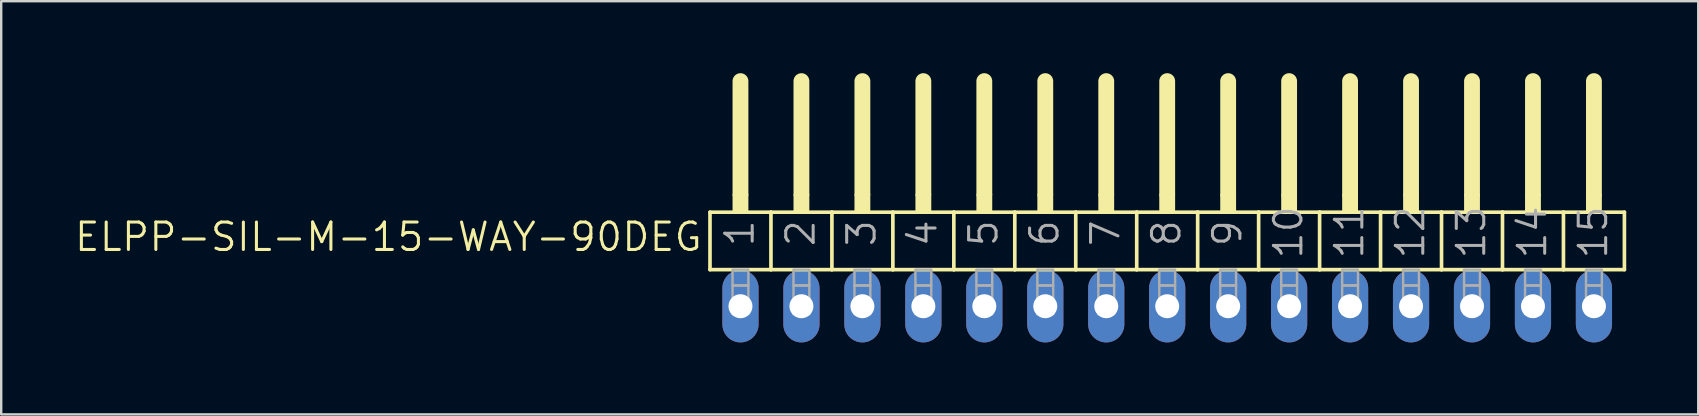
<source format=kicad_pcb>
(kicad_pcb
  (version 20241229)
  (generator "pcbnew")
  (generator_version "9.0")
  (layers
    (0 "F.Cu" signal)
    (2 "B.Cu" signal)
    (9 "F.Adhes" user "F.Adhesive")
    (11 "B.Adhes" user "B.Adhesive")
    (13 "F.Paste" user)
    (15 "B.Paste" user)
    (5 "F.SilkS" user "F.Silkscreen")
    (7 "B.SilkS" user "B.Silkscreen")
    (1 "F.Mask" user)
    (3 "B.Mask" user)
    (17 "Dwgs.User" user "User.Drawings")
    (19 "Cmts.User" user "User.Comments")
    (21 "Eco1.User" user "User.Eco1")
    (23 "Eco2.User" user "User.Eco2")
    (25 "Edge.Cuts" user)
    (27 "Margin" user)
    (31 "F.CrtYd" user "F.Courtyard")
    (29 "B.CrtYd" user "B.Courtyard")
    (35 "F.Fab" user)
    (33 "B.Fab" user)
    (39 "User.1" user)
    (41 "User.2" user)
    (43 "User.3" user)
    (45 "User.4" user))
  (footprint "ELPP-SIL-M-15-WAY-90DEG"
    (layer "F.Cu")
    (at 45.582 9.709)
    (property "Reference" "ELPP-SIL-M-15-WAY-90DEG" (at -19.304 -3.556 0) (unlocked yes) (layer "F.SilkS") (effects (font (size 1.143 1.143) (thickness 0.127)) (justify right top)))
    (fp_line (start -19.05 -3.918) (end -16.51 -3.918) (stroke (width 0.152) (type solid)) (layer "F.SilkS"))
    (fp_line (start -19.05 -1.524) (end -19.05 -3.918) (stroke (width 0.152) (type solid)) (layer "F.SilkS"))
    (fp_line (start -17.78 -4.68) (end -17.78 -9.379) (stroke (width 0.66) (type solid)) (layer "F.SilkS"))
    (fp_line (start -16.51 -3.918) (end -13.97 -3.918) (stroke (width 0.152) (type solid)) (layer "F.SilkS"))
    (fp_line (start -16.51 -1.524) (end -19.05 -1.524) (stroke (width 0.152) (type solid)) (layer "F.SilkS"))
    (fp_line (start -16.51 -1.524) (end -16.51 -3.918) (stroke (width 0.152) (type solid)) (layer "F.SilkS"))
    (fp_line (start -16.51 -1.524) (end -13.97 -1.524) (stroke (width 0.152) (type solid)) (layer "F.SilkS"))
    (fp_line (start -15.24 -4.68) (end -15.24 -9.379) (stroke (width 0.66) (type solid)) (layer "F.SilkS"))
    (fp_line (start -13.97 -3.918) (end -11.43 -3.918) (stroke (width 0.152) (type solid)) (layer "F.SilkS"))
    (fp_line (start -13.97 -1.524) (end -13.97 -3.918) (stroke (width 0.152) (type solid)) (layer "F.SilkS"))
    (fp_line (start -12.7 -4.68) (end -12.7 -9.379) (stroke (width 0.66) (type solid)) (layer "F.SilkS"))
    (fp_line (start -11.43 -3.918) (end -8.89 -3.918) (stroke (width 0.152) (type solid)) (layer "F.SilkS"))
    (fp_line (start -11.43 -1.524) (end -13.97 -1.524) (stroke (width 0.152) (type solid)) (layer "F.SilkS"))
    (fp_line (start -11.43 -1.524) (end -11.43 -3.918) (stroke (width 0.152) (type solid)) (layer "F.SilkS"))
    (fp_line (start -10.16 -4.68) (end -10.16 -9.379) (stroke (width 0.66) (type solid)) (layer "F.SilkS"))
    (fp_line (start -8.89 -3.918) (end -6.35 -3.918) (stroke (width 0.152) (type solid)) (layer "F.SilkS"))
    (fp_line (start -8.89 -1.524) (end -11.43 -1.524) (stroke (width 0.152) (type solid)) (layer "F.SilkS"))
    (fp_line (start -8.89 -1.524) (end -8.89 -3.918) (stroke (width 0.152) (type solid)) (layer "F.SilkS"))
    (fp_line (start -7.62 -4.68) (end -7.62 -9.379) (stroke (width 0.66) (type solid)) (layer "F.SilkS"))
    (fp_line (start -6.35 -3.918) (end -3.81 -3.918) (stroke (width 0.152) (type solid)) (layer "F.SilkS"))
    (fp_line (start -6.35 -1.524) (end -8.89 -1.524) (stroke (width 0.152) (type solid)) (layer "F.SilkS"))
    (fp_line (start -6.35 -1.524) (end -6.35 -3.918) (stroke (width 0.152) (type solid)) (layer "F.SilkS"))
    (fp_line (start -5.08 -4.68) (end -5.08 -9.379) (stroke (width 0.66) (type solid)) (layer "F.SilkS"))
    (fp_line (start -3.81 -3.918) (end -1.27 -3.918) (stroke (width 0.152) (type solid)) (layer "F.SilkS"))
    (fp_line (start -3.81 -1.524) (end -6.35 -1.524) (stroke (width 0.152) (type solid)) (layer "F.SilkS"))
    (fp_line (start -3.81 -1.524) (end -3.81 -3.918) (stroke (width 0.152) (type solid)) (layer "F.SilkS"))
    (fp_line (start -3.81 -1.524) (end -1.27 -1.524) (stroke (width 0.152) (type solid)) (layer "F.SilkS"))
    (fp_line (start -2.54 -4.68) (end -2.54 -9.379) (stroke (width 0.66) (type solid)) (layer "F.SilkS"))
    (fp_line (start -1.27 -3.918) (end 1.27 -3.918) (stroke (width 0.152) (type solid)) (layer "F.SilkS"))
    (fp_line (start -1.27 -1.524) (end -1.27 -3.918) (stroke (width 0.152) (type solid)) (layer "F.SilkS"))
    (fp_line (start 0 -4.68) (end 0 -9.379) (stroke (width 0.66) (type solid)) (layer "F.SilkS"))
    (fp_line (start 1.27 -3.918) (end 3.81 -3.918) (stroke (width 0.152) (type solid)) (layer "F.SilkS"))
    (fp_line (start 1.27 -1.524) (end -1.27 -1.524) (stroke (width 0.152) (type solid)) (layer "F.SilkS"))
    (fp_line (start 1.27 -1.524) (end 1.27 -3.918) (stroke (width 0.152) (type solid)) (layer "F.SilkS"))
    (fp_line (start 2.54 -4.68) (end 2.54 -9.379) (stroke (width 0.66) (type solid)) (layer "F.SilkS"))
    (fp_line (start 3.81 -3.918) (end 6.35 -3.918) (stroke (width 0.152) (type solid)) (layer "F.SilkS"))
    (fp_line (start 3.81 -1.524) (end 1.27 -1.524) (stroke (width 0.152) (type solid)) (layer "F.SilkS"))
    (fp_line (start 3.81 -1.524) (end 3.81 -3.918) (stroke (width 0.152) (type solid)) (layer "F.SilkS"))
    (fp_line (start 5.08 -4.68) (end 5.08 -9.379) (stroke (width 0.66) (type solid)) (layer "F.SilkS"))
    (fp_line (start 6.35 -3.918) (end 8.89 -3.918) (stroke (width 0.152) (type solid)) (layer "F.SilkS"))
    (fp_line (start 6.35 -1.524) (end 3.81 -1.524) (stroke (width 0.152) (type solid)) (layer "F.SilkS"))
    (fp_line (start 6.35 -1.524) (end 6.35 -3.918) (stroke (width 0.152) (type solid)) (layer "F.SilkS"))
    (fp_line (start 7.62 -4.68) (end 7.62 -9.379) (stroke (width 0.66) (type solid)) (layer "F.SilkS"))
    (fp_line (start 8.89 -3.918) (end 11.43 -3.918) (stroke (width 0.152) (type solid)) (layer "F.SilkS"))
    (fp_line (start 8.89 -1.524) (end 6.35 -1.524) (stroke (width 0.152) (type solid)) (layer "F.SilkS"))
    (fp_line (start 8.89 -1.524) (end 8.89 -3.918) (stroke (width 0.152) (type solid)) (layer "F.SilkS"))
    (fp_line (start 8.89 -1.524) (end 11.43 -1.524) (stroke (width 0.152) (type solid)) (layer "F.SilkS"))
    (fp_line (start 10.16 -4.68) (end 10.16 -9.379) (stroke (width 0.66) (type solid)) (layer "F.SilkS"))
    (fp_line (start 11.43 -3.918) (end 13.97 -3.918) (stroke (width 0.152) (type solid)) (layer "F.SilkS"))
    (fp_line (start 11.43 -1.524) (end 11.43 -3.918) (stroke (width 0.152) (type solid)) (layer "F.SilkS"))
    (fp_line (start 11.43 -1.524) (end 13.97 -1.524) (stroke (width 0.152) (type solid)) (layer "F.SilkS"))
    (fp_line (start 12.7 -4.68) (end 12.7 -9.379) (stroke (width 0.66) (type solid)) (layer "F.SilkS"))
    (fp_line (start 13.97 -3.918) (end 16.51 -3.918) (stroke (width 0.152) (type solid)) (layer "F.SilkS"))
    (fp_line (start 13.97 -1.524) (end 13.97 -3.918) (stroke (width 0.152) (type solid)) (layer "F.SilkS"))
    (fp_line (start 13.97 -1.524) (end 16.51 -1.524) (stroke (width 0.152) (type solid)) (layer "F.SilkS"))
    (fp_line (start 15.24 -4.68) (end 15.24 -9.379) (stroke (width 0.66) (type solid)) (layer "F.SilkS"))
    (fp_line (start 16.51 -3.918) (end 19.05 -3.918) (stroke (width 0.152) (type solid)) (layer "F.SilkS"))
    (fp_line (start 16.51 -1.524) (end 16.51 -3.918) (stroke (width 0.152) (type solid)) (layer "F.SilkS"))
    (fp_line (start 16.51 -1.524) (end 19.05 -1.524) (stroke (width 0.152) (type solid)) (layer "F.SilkS"))
    (fp_line (start 17.78 -4.68) (end 17.78 -9.379) (stroke (width 0.66) (type solid)) (layer "F.SilkS"))
    (fp_line (start 19.05 -1.524) (end 19.05 -3.918) (stroke (width 0.152) (type solid)) (layer "F.SilkS"))
    (fp_poly (pts (xy -18.11 -3.918) (xy -17.45 -3.918) (xy -17.45 -4.68) (xy -18.11 -4.68)) (stroke (width 0) (type default)) (fill yes) (layer "F.SilkS"))
    (fp_poly (pts (xy -15.57 -3.918) (xy -14.91 -3.918) (xy -14.91 -4.68) (xy -15.57 -4.68)) (stroke (width 0) (type default)) (fill yes) (layer "F.SilkS"))
    (fp_poly (pts (xy -13.03 -3.918) (xy -12.37 -3.918) (xy -12.37 -4.68) (xy -13.03 -4.68)) (stroke (width 0) (type default)) (fill yes) (layer "F.SilkS"))
    (fp_poly (pts (xy -10.49 -3.918) (xy -9.83 -3.918) (xy -9.83 -4.68) (xy -10.49 -4.68)) (stroke (width 0) (type default)) (fill yes) (layer "F.SilkS"))
    (fp_poly (pts (xy -7.95 -3.918) (xy -7.29 -3.918) (xy -7.29 -4.68) (xy -7.95 -4.68)) (stroke (width 0) (type default)) (fill yes) (layer "F.SilkS"))
    (fp_poly (pts (xy -5.41 -3.918) (xy -4.75 -3.918) (xy -4.75 -4.68) (xy -5.41 -4.68)) (stroke (width 0) (type default)) (fill yes) (layer "F.SilkS"))
    (fp_poly (pts (xy -2.87 -3.918) (xy -2.21 -3.918) (xy -2.21 -4.68) (xy -2.87 -4.68)) (stroke (width 0) (type default)) (fill yes) (layer "F.SilkS"))
    (fp_poly (pts (xy -0.33 -3.918) (xy 0.33 -3.918) (xy 0.33 -4.68) (xy -0.33 -4.68)) (stroke (width 0) (type default)) (fill yes) (layer "F.SilkS"))
    (fp_poly (pts (xy 2.21 -3.918) (xy 2.87 -3.918) (xy 2.87 -4.68) (xy 2.21 -4.68)) (stroke (width 0) (type default)) (fill yes) (layer "F.SilkS"))
    (fp_poly (pts (xy 4.75 -3.918) (xy 5.41 -3.918) (xy 5.41 -4.68) (xy 4.75 -4.68)) (stroke (width 0) (type default)) (fill yes) (layer "F.SilkS"))
    (fp_poly (pts (xy 7.29 -3.918) (xy 7.95 -3.918) (xy 7.95 -4.68) (xy 7.29 -4.68)) (stroke (width 0) (type default)) (fill yes) (layer "F.SilkS"))
    (fp_poly (pts (xy 9.83 -3.918) (xy 10.49 -3.918) (xy 10.49 -4.68) (xy 9.83 -4.68)) (stroke (width 0) (type default)) (fill yes) (layer "F.SilkS"))
    (fp_poly (pts (xy 12.37 -3.918) (xy 13.03 -3.918) (xy 13.03 -4.68) (xy 12.37 -4.68)) (stroke (width 0) (type default)) (fill yes) (layer "F.SilkS"))
    (fp_poly (pts (xy 14.91 -3.918) (xy 15.57 -3.918) (xy 15.57 -4.68) (xy 14.91 -4.68)) (stroke (width 0) (type default)) (fill yes) (layer "F.SilkS"))
    (fp_poly (pts (xy 17.45 -3.918) (xy 18.11 -3.918) (xy 18.11 -4.68) (xy 17.45 -4.68)) (stroke (width 0) (type default)) (fill yes) (layer "F.SilkS"))
    (fp_poly (pts (xy -18.11 -0.864) (xy -17.45 -0.864) (xy -17.45 -1.524) (xy -18.11 -1.524)) (stroke (width 0.1) (type default)) (fill no) (layer "F.Fab"))
    (fp_poly (pts (xy -18.11 0.33) (xy -17.45 0.33) (xy -17.45 -0.864) (xy -18.11 -0.864)) (stroke (width 0.1) (type default)) (fill no) (layer "F.Fab"))
    (fp_poly (pts (xy -15.57 -0.864) (xy -14.91 -0.864) (xy -14.91 -1.524) (xy -15.57 -1.524)) (stroke (width 0.1) (type default)) (fill no) (layer "F.Fab"))
    (fp_poly (pts (xy -15.57 0.33) (xy -14.91 0.33) (xy -14.91 -0.864) (xy -15.57 -0.864)) (stroke (width 0.1) (type default)) (fill no) (layer "F.Fab"))
    (fp_poly (pts (xy -13.03 -0.864) (xy -12.37 -0.864) (xy -12.37 -1.524) (xy -13.03 -1.524)) (stroke (width 0.1) (type default)) (fill no) (layer "F.Fab"))
    (fp_poly (pts (xy -13.03 0.33) (xy -12.37 0.33) (xy -12.37 -0.864) (xy -13.03 -0.864)) (stroke (width 0.1) (type default)) (fill no) (layer "F.Fab"))
    (fp_poly (pts (xy -10.49 -0.864) (xy -9.83 -0.864) (xy -9.83 -1.524) (xy -10.49 -1.524)) (stroke (width 0.1) (type default)) (fill no) (layer "F.Fab"))
    (fp_poly (pts (xy -10.49 0.33) (xy -9.83 0.33) (xy -9.83 -0.864) (xy -10.49 -0.864)) (stroke (width 0.1) (type default)) (fill no) (layer "F.Fab"))
    (fp_poly (pts (xy -7.95 -0.864) (xy -7.29 -0.864) (xy -7.29 -1.524) (xy -7.95 -1.524)) (stroke (width 0.1) (type default)) (fill no) (layer "F.Fab"))
    (fp_poly (pts (xy -7.95 0.33) (xy -7.29 0.33) (xy -7.29 -0.864) (xy -7.95 -0.864)) (stroke (width 0.1) (type default)) (fill no) (layer "F.Fab"))
    (fp_poly (pts (xy -5.41 -0.864) (xy -4.75 -0.864) (xy -4.75 -1.524) (xy -5.41 -1.524)) (stroke (width 0.1) (type default)) (fill no) (layer "F.Fab"))
    (fp_poly (pts (xy -5.41 0.33) (xy -4.75 0.33) (xy -4.75 -0.864) (xy -5.41 -0.864)) (stroke (width 0.1) (type default)) (fill no) (layer "F.Fab"))
    (fp_poly (pts (xy -2.87 -0.864) (xy -2.21 -0.864) (xy -2.21 -1.524) (xy -2.87 -1.524)) (stroke (width 0.1) (type default)) (fill no) (layer "F.Fab"))
    (fp_poly (pts (xy -2.87 0.33) (xy -2.21 0.33) (xy -2.21 -0.864) (xy -2.87 -0.864)) (stroke (width 0.1) (type default)) (fill no) (layer "F.Fab"))
    (fp_poly (pts (xy -0.33 -0.864) (xy 0.33 -0.864) (xy 0.33 -1.524) (xy -0.33 -1.524)) (stroke (width 0.1) (type default)) (fill no) (layer "F.Fab"))
    (fp_poly (pts (xy -0.33 0.33) (xy 0.33 0.33) (xy 0.33 -0.864) (xy -0.33 -0.864)) (stroke (width 0.1) (type default)) (fill no) (layer "F.Fab"))
    (fp_poly (pts (xy 2.21 -0.864) (xy 2.87 -0.864) (xy 2.87 -1.524) (xy 2.21 -1.524)) (stroke (width 0.1) (type default)) (fill no) (layer "F.Fab"))
    (fp_poly (pts (xy 2.21 0.33) (xy 2.87 0.33) (xy 2.87 -0.864) (xy 2.21 -0.864)) (stroke (width 0.1) (type default)) (fill no) (layer "F.Fab"))
    (fp_poly (pts (xy 4.75 -0.864) (xy 5.41 -0.864) (xy 5.41 -1.524) (xy 4.75 -1.524)) (stroke (width 0.1) (type default)) (fill no) (layer "F.Fab"))
    (fp_poly (pts (xy 4.75 0.33) (xy 5.41 0.33) (xy 5.41 -0.864) (xy 4.75 -0.864)) (stroke (width 0.1) (type default)) (fill no) (layer "F.Fab"))
    (fp_poly (pts (xy 7.29 -0.864) (xy 7.95 -0.864) (xy 7.95 -1.524) (xy 7.29 -1.524)) (stroke (width 0.1) (type default)) (fill no) (layer "F.Fab"))
    (fp_poly (pts (xy 7.29 0.33) (xy 7.95 0.33) (xy 7.95 -0.864) (xy 7.29 -0.864)) (stroke (width 0.1) (type default)) (fill no) (layer "F.Fab"))
    (fp_poly (pts (xy 9.83 -0.864) (xy 10.49 -0.864) (xy 10.49 -1.524) (xy 9.83 -1.524)) (stroke (width 0.1) (type default)) (fill no) (layer "F.Fab"))
    (fp_poly (pts (xy 9.83 0.33) (xy 10.49 0.33) (xy 10.49 -0.864) (xy 9.83 -0.864)) (stroke (width 0.1) (type default)) (fill no) (layer "F.Fab"))
    (fp_poly (pts (xy 12.37 -0.864) (xy 13.03 -0.864) (xy 13.03 -1.524) (xy 12.37 -1.524)) (stroke (width 0.1) (type default)) (fill no) (layer "F.Fab"))
    (fp_poly (pts (xy 12.37 0.33) (xy 13.03 0.33) (xy 13.03 -0.864) (xy 12.37 -0.864)) (stroke (width 0.1) (type default)) (fill no) (layer "F.Fab"))
    (fp_poly (pts (xy 14.91 -0.864) (xy 15.57 -0.864) (xy 15.57 -1.524) (xy 14.91 -1.524)) (stroke (width 0.1) (type default)) (fill no) (layer "F.Fab"))
    (fp_poly (pts (xy 14.91 0.33) (xy 15.57 0.33) (xy 15.57 -0.864) (xy 14.91 -0.864)) (stroke (width 0.1) (type default)) (fill no) (layer "F.Fab"))
    (fp_poly (pts (xy 17.45 -0.864) (xy 18.11 -0.864) (xy 18.11 -1.524) (xy 17.45 -1.524)) (stroke (width 0.1) (type default)) (fill no) (layer "F.Fab"))
    (fp_poly (pts (xy 17.45 0.33) (xy 18.11 0.33) (xy 18.11 -0.864) (xy 17.45 -0.864)) (stroke (width 0.1) (type default)) (fill no) (layer "F.Fab"))
    (fp_text user "2" (at -14.605 -2.413 90) (layer "F.Fab") (effects (font (size 1.143 1.143) (thickness 0.127)) (justify left bottom)))
    (fp_text user "7" (at -1.905 -2.413 90) (layer "F.Fab") (effects (font (size 1.143 1.143) (thickness 0.127)) (justify left bottom)))
    (fp_text user "8" (at 0.635 -2.413 90) (layer "F.Fab") (effects (font (size 1.143 1.143) (thickness 0.127)) (justify left bottom)))
    (fp_text user "12" (at 10.795 -1.905 90) (layer "F.Fab") (effects (font (size 1.143 1.143) (thickness 0.127)) (justify left bottom)))
    (fp_text user "9" (at 3.175 -2.413 90) (layer "F.Fab") (effects (font (size 1.143 1.143) (thickness 0.127)) (justify left bottom)))
    (fp_text user "14" (at 15.875 -1.905 90) (layer "F.Fab") (effects (font (size 1.143 1.143) (thickness 0.127)) (justify left bottom)))
    (fp_text user "6" (at -4.445 -2.413 90) (layer "F.Fab") (effects (font (size 1.143 1.143) (thickness 0.127)) (justify left bottom)))
    (fp_text user "10" (at 5.715 -1.905 90) (layer "F.Fab") (effects (font (size 1.143 1.143) (thickness 0.127)) (justify left bottom)))
    (fp_text user "13" (at 13.335 -1.905 90) (layer "F.Fab") (effects (font (size 1.143 1.143) (thickness 0.127)) (justify left bottom)))
    (fp_text user "11" (at 8.255 -1.905 90) (layer "F.Fab") (effects (font (size 1.143 1.143) (thickness 0.127)) (justify left bottom)))
    (fp_text user "5" (at -6.985 -2.413 90) (layer "F.Fab") (effects (font (size 1.143 1.143) (thickness 0.127)) (justify left bottom)))
    (fp_text user "4" (at -9.525 -2.413 90) (layer "F.Fab") (effects (font (size 1.143 1.143) (thickness 0.127)) (justify left bottom)))
    (fp_text user "3" (at -12.065 -2.413 90) (layer "F.Fab") (effects (font (size 1.143 1.143) (thickness 0.127)) (justify left bottom)))
    (fp_text user "15" (at 18.415 -1.905 90) (layer "F.Fab") (effects (font (size 1.143 1.143) (thickness 0.127)) (justify left bottom)))
    (fp_text user "1" (at -17.145 -2.413 90) (layer "F.Fab") (effects (font (size 1.143 1.143) (thickness 0.127)) (justify left bottom)))
    (pad "1" thru_hole oval (at -17.78 0 90) (size 3.016 1.508) (drill 1) (layers "*.Cu" "*.Mask"))
    (pad "2" thru_hole oval (at -15.24 0 90) (size 3.016 1.508) (drill 1) (layers "*.Cu" "*.Mask"))
    (pad "3" thru_hole oval (at -12.7 0 90) (size 3.016 1.508) (drill 1) (layers "*.Cu" "*.Mask"))
    (pad "4" thru_hole oval (at -10.16 0 90) (size 3.016 1.508) (drill 1) (layers "*.Cu" "*.Mask"))
    (pad "5" thru_hole oval (at -7.62 0 90) (size 3.016 1.508) (drill 1) (layers "*.Cu" "*.Mask"))
    (pad "6" thru_hole oval (at -5.08 0 90) (size 3.016 1.508) (drill 1) (layers "*.Cu" "*.Mask"))
    (pad "7" thru_hole oval (at -2.54 0 90) (size 3.016 1.508) (drill 1) (layers "*.Cu" "*.Mask"))
    (pad "8" thru_hole oval (at 0 0 90) (size 3.016 1.508) (drill 1) (layers "*.Cu" "*.Mask"))
    (pad "9" thru_hole oval (at 2.54 0 90) (size 3.016 1.508) (drill 1) (layers "*.Cu" "*.Mask"))
    (pad "10" thru_hole oval (at 5.08 0 90) (size 3.016 1.508) (drill 1) (layers "*.Cu" "*.Mask"))
    (pad "11" thru_hole oval (at 7.62 0 90) (size 3.016 1.508) (drill 1) (layers "*.Cu" "*.Mask"))
    (pad "12" thru_hole oval (at 10.16 0 90) (size 3.016 1.508) (drill 1) (layers "*.Cu" "*.Mask"))
    (pad "13" thru_hole oval (at 12.7 0 90) (size 3.016 1.508) (drill 1) (layers "*.Cu" "*.Mask"))
    (pad "14" thru_hole oval (at 15.24 0 90) (size 3.016 1.508) (drill 1) (layers "*.Cu" "*.Mask"))
    (pad "15" thru_hole oval (at 17.78 0 90) (size 3.016 1.508) (drill 1) (layers "*.Cu" "*.Mask")))
  (gr_rect
    (start -3 -3)
    (end 67.708 14.217)
    (stroke (width 0.1) (type default))
    (fill no)
    (layer "Edge.Cuts")))
</source>
